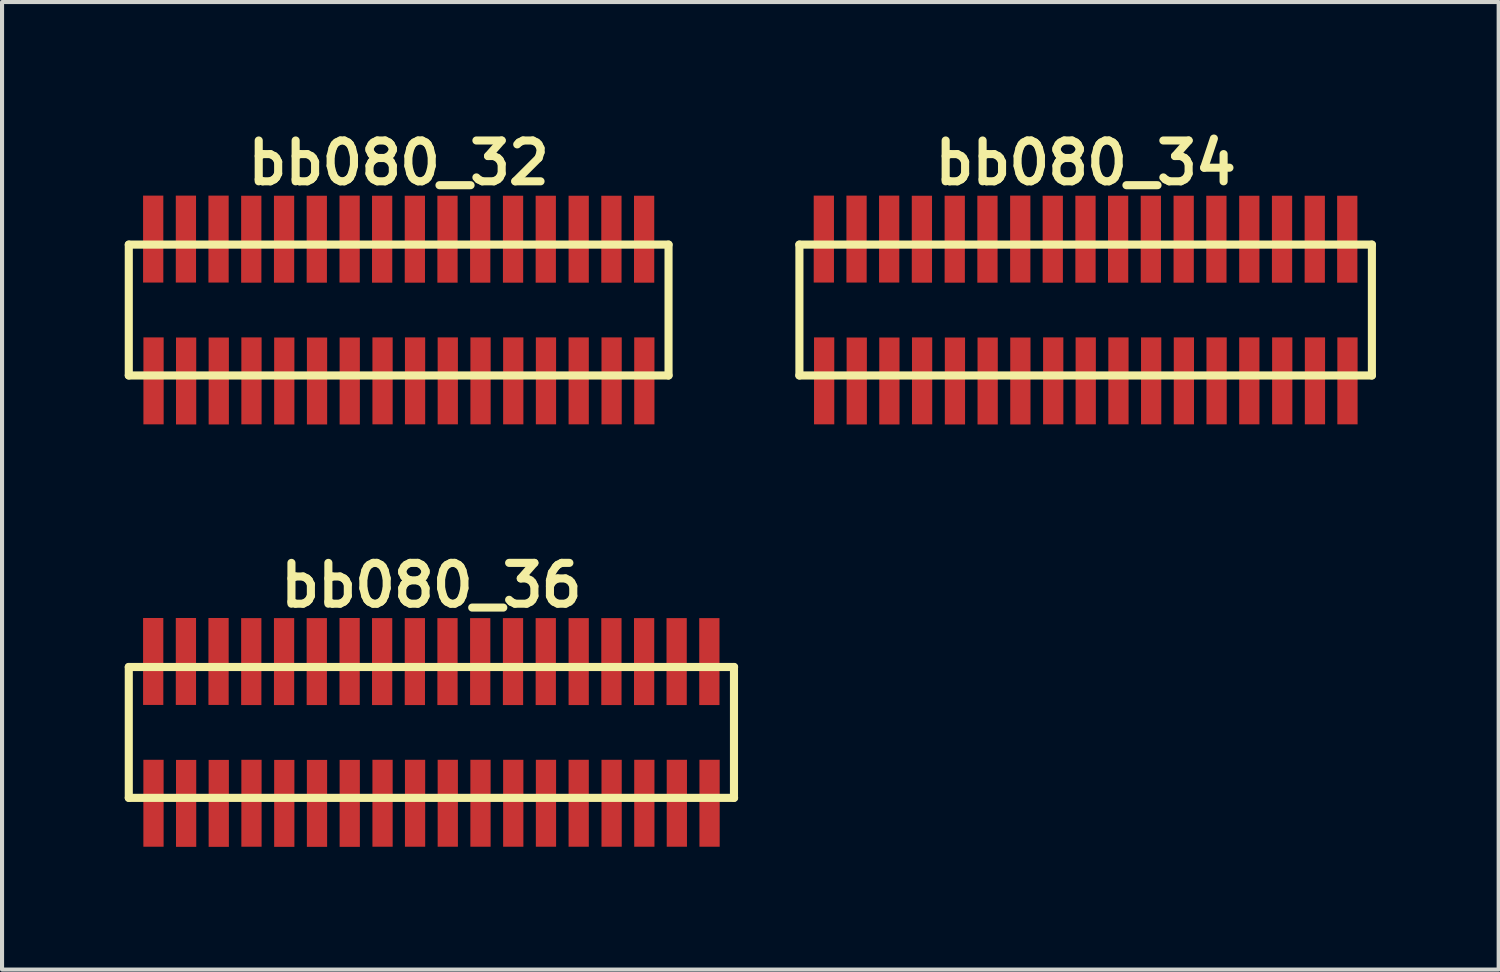
<source format=kicad_pcb>
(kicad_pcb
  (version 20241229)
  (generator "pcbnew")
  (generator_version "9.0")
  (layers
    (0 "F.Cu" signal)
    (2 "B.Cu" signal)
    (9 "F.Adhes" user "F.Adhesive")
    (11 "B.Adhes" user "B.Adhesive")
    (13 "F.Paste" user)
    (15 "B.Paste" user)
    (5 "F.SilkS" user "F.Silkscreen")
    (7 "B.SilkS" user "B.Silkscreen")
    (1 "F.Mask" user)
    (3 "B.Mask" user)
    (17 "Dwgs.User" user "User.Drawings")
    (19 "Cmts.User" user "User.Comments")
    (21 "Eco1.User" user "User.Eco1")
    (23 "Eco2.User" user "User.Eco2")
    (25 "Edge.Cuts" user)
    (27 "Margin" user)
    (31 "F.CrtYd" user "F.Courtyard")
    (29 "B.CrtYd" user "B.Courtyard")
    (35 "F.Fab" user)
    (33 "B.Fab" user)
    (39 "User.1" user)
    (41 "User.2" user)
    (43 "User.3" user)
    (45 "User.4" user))
  (footprint "bb080_36"
    (layer "F.Cu")
    (at 7.498 14.859)
    (property "Reference" "bb080_36" (at 0 -3.599 0) (layer "F.SilkS") (effects (font (size 0.998 0.998) (thickness 0.198))))
    (attr smd)
    (fp_line (start -7.399 -1.6) (end -7.399 1.6) (stroke (width 0.198) (type solid)) (layer "F.SilkS"))
    (fp_line (start -7.399 1.6) (end 7.402 1.6) (stroke (width 0.198) (type solid)) (layer "F.SilkS"))
    (fp_line (start 7.399 1.6) (end 7.399 -1.6) (stroke (width 0.198) (type solid)) (layer "F.SilkS"))
    (fp_line (start 7.402 -1.6) (end -7.399 -1.6) (stroke (width 0.198) (type solid)) (layer "F.SilkS"))
    (pad "1" smd rect (at -6.795 1.732) (size 0.495 2.126) (layers "F.Cu" "F.Mask" "F.Paste"))
    (pad "2" smd rect (at -6.802 -1.735) (size 0.495 2.126) (layers "F.Cu" "F.Mask" "F.Paste"))
    (pad "3" smd rect (at -5.997 1.735) (size 0.495 2.126) (layers "F.Cu" "F.Mask" "F.Paste"))
    (pad "4" smd rect (at -6.002 -1.735) (size 0.495 2.126) (layers "F.Cu" "F.Mask" "F.Paste"))
    (pad "5" smd rect (at -5.199 1.735) (size 0.495 2.126) (layers "F.Cu" "F.Mask" "F.Paste"))
    (pad "6" smd rect (at -5.204 -1.735) (size 0.495 2.126) (layers "F.Cu" "F.Mask" "F.Paste"))
    (pad "7" smd rect (at -4.399 1.732) (size 0.495 2.126) (layers "F.Cu" "F.Mask" "F.Paste"))
    (pad "8" smd rect (at -4.404 -1.732) (size 0.495 2.126) (layers "F.Cu" "F.Mask" "F.Paste"))
    (pad "9" smd rect (at -3.597 1.735) (size 0.495 2.126) (layers "F.Cu" "F.Mask" "F.Paste"))
    (pad "10" smd rect (at -3.602 -1.732) (size 0.495 2.126) (layers "F.Cu" "F.Mask" "F.Paste"))
    (pad "11" smd rect (at -2.797 1.735) (size 0.495 2.126) (layers "F.Cu" "F.Mask" "F.Paste"))
    (pad "12" smd rect (at -2.802 -1.732) (size 0.495 2.126) (layers "F.Cu" "F.Mask" "F.Paste"))
    (pad "13" smd rect (at -1.996 1.735) (size 0.495 2.126) (layers "F.Cu" "F.Mask" "F.Paste"))
    (pad "14" smd rect (at -1.999 -1.735) (size 0.495 2.126) (layers "F.Cu" "F.Mask" "F.Paste"))
    (pad "15" smd rect (at -1.194 1.732) (size 0.495 2.126) (layers "F.Cu" "F.Mask" "F.Paste"))
    (pad "16" smd rect (at -1.204 -1.732) (size 0.495 2.126) (layers "F.Cu" "F.Mask" "F.Paste"))
    (pad "17" smd rect (at -0.399 1.732) (size 0.495 2.126) (layers "F.Cu" "F.Mask" "F.Paste"))
    (pad "18" smd rect (at -0.404 -1.732) (size 0.495 2.126) (layers "F.Cu" "F.Mask" "F.Paste"))
    (pad "19" smd rect (at 0.401 1.732) (size 0.495 2.126) (layers "F.Cu" "F.Mask" "F.Paste"))
    (pad "20" smd rect (at 0.394 -1.732) (size 0.495 2.126) (layers "F.Cu" "F.Mask" "F.Paste"))
    (pad "21" smd rect (at 1.201 1.732) (size 0.495 2.126) (layers "F.Cu" "F.Mask" "F.Paste"))
    (pad "22" smd rect (at 1.194 -1.732) (size 0.495 2.126) (layers "F.Cu" "F.Mask" "F.Paste"))
    (pad "23" smd rect (at 2.002 1.732) (size 0.495 2.126) (layers "F.Cu" "F.Mask" "F.Paste"))
    (pad "24" smd rect (at 1.996 -1.732) (size 0.495 2.126) (layers "F.Cu" "F.Mask" "F.Paste"))
    (pad "25" smd rect (at 2.802 1.732) (size 0.495 2.126) (layers "F.Cu" "F.Mask" "F.Paste"))
    (pad "26" smd rect (at 2.797 -1.732) (size 0.495 2.126) (layers "F.Cu" "F.Mask" "F.Paste"))
    (pad "27" smd rect (at 3.602 1.732) (size 0.495 2.126) (layers "F.Cu" "F.Mask" "F.Paste"))
    (pad "28" smd rect (at 3.602 -1.732) (size 0.495 2.126) (layers "F.Cu" "F.Mask" "F.Paste"))
    (pad "29" smd rect (at 4.407 1.732) (size 0.495 2.126) (layers "F.Cu" "F.Mask" "F.Paste"))
    (pad "30" smd rect (at 4.402 -1.732) (size 0.495 2.126) (layers "F.Cu" "F.Mask" "F.Paste"))
    (pad "31" smd rect (at 5.207 1.732) (size 0.495 2.126) (layers "F.Cu" "F.Mask" "F.Paste"))
    (pad "32" smd rect (at 5.202 -1.732) (size 0.495 2.126) (layers "F.Cu" "F.Mask" "F.Paste"))
    (pad "33" smd rect (at 6.002 1.732) (size 0.495 2.126) (layers "F.Cu" "F.Mask" "F.Paste"))
    (pad "34" smd rect (at 5.997 -1.732) (size 0.495 2.126) (layers "F.Cu" "F.Mask" "F.Paste"))
    (pad "35" smd rect (at 6.802 1.732) (size 0.495 2.126) (layers "F.Cu" "F.Mask" "F.Paste"))
    (pad "36" smd rect (at 6.797 -1.732) (size 0.495 2.126) (layers "F.Cu" "F.Mask" "F.Paste")))
  (footprint "bb080_32"
    (layer "F.Cu")
    (at 6.698 4.531)
    (property "Reference" "bb080_32" (at 0 -3.599 0) (layer "F.SilkS") (effects (font (size 0.998 0.998) (thickness 0.198))))
    (attr smd)
    (fp_line (start -6.599 -1.6) (end -6.599 1.6) (stroke (width 0.198) (type solid)) (layer "F.SilkS"))
    (fp_line (start -6.599 1.6) (end 6.599 1.6) (stroke (width 0.198) (type solid)) (layer "F.SilkS"))
    (fp_line (start 6.599 -1.6) (end -6.599 -1.6) (stroke (width 0.198) (type solid)) (layer "F.SilkS"))
    (fp_line (start 6.599 1.6) (end 6.599 -1.6) (stroke (width 0.198) (type solid)) (layer "F.SilkS"))
    (pad "1" smd rect (at -5.994 1.732) (size 0.495 2.126) (layers "F.Cu" "F.Mask" "F.Paste"))
    (pad "2" smd rect (at -6.002 -1.735) (size 0.495 2.126) (layers "F.Cu" "F.Mask" "F.Paste"))
    (pad "3" smd rect (at -5.197 1.735) (size 0.495 2.126) (layers "F.Cu" "F.Mask" "F.Paste"))
    (pad "4" smd rect (at -5.202 -1.735) (size 0.495 2.126) (layers "F.Cu" "F.Mask" "F.Paste"))
    (pad "5" smd rect (at -4.399 1.735) (size 0.495 2.126) (layers "F.Cu" "F.Mask" "F.Paste"))
    (pad "6" smd rect (at -4.404 -1.735) (size 0.495 2.126) (layers "F.Cu" "F.Mask" "F.Paste"))
    (pad "7" smd rect (at -3.599 1.732) (size 0.495 2.126) (layers "F.Cu" "F.Mask" "F.Paste"))
    (pad "8" smd rect (at -3.604 -1.732) (size 0.495 2.126) (layers "F.Cu" "F.Mask" "F.Paste"))
    (pad "9" smd rect (at -2.797 1.735) (size 0.495 2.126) (layers "F.Cu" "F.Mask" "F.Paste"))
    (pad "10" smd rect (at -2.802 -1.732) (size 0.495 2.126) (layers "F.Cu" "F.Mask" "F.Paste"))
    (pad "11" smd rect (at -1.996 1.735) (size 0.495 2.126) (layers "F.Cu" "F.Mask" "F.Paste"))
    (pad "12" smd rect (at -2.002 -1.732) (size 0.495 2.126) (layers "F.Cu" "F.Mask" "F.Paste"))
    (pad "13" smd rect (at -1.196 1.735) (size 0.495 2.126) (layers "F.Cu" "F.Mask" "F.Paste"))
    (pad "14" smd rect (at -1.199 -1.735) (size 0.495 2.126) (layers "F.Cu" "F.Mask" "F.Paste"))
    (pad "15" smd rect (at -0.394 1.732) (size 0.495 2.126) (layers "F.Cu" "F.Mask" "F.Paste"))
    (pad "16" smd rect (at -0.404 -1.732) (size 0.495 2.126) (layers "F.Cu" "F.Mask" "F.Paste"))
    (pad "17" smd rect (at 0.401 1.732) (size 0.495 2.126) (layers "F.Cu" "F.Mask" "F.Paste"))
    (pad "18" smd rect (at 0.396 -1.732) (size 0.495 2.126) (layers "F.Cu" "F.Mask" "F.Paste"))
    (pad "19" smd rect (at 1.201 1.732) (size 0.495 2.126) (layers "F.Cu" "F.Mask" "F.Paste"))
    (pad "20" smd rect (at 1.194 -1.732) (size 0.495 2.126) (layers "F.Cu" "F.Mask" "F.Paste"))
    (pad "21" smd rect (at 2.002 1.732) (size 0.495 2.126) (layers "F.Cu" "F.Mask" "F.Paste"))
    (pad "22" smd rect (at 1.994 -1.732) (size 0.495 2.126) (layers "F.Cu" "F.Mask" "F.Paste"))
    (pad "23" smd rect (at 2.802 1.732) (size 0.495 2.126) (layers "F.Cu" "F.Mask" "F.Paste"))
    (pad "24" smd rect (at 2.797 -1.732) (size 0.495 2.126) (layers "F.Cu" "F.Mask" "F.Paste"))
    (pad "25" smd rect (at 3.602 1.732) (size 0.495 2.126) (layers "F.Cu" "F.Mask" "F.Paste"))
    (pad "26" smd rect (at 3.597 -1.732) (size 0.495 2.126) (layers "F.Cu" "F.Mask" "F.Paste"))
    (pad "27" smd rect (at 4.402 1.732) (size 0.495 2.126) (layers "F.Cu" "F.Mask" "F.Paste"))
    (pad "28" smd rect (at 4.402 -1.732) (size 0.495 2.126) (layers "F.Cu" "F.Mask" "F.Paste"))
    (pad "29" smd rect (at 5.207 1.732) (size 0.495 2.126) (layers "F.Cu" "F.Mask" "F.Paste"))
    (pad "30" smd rect (at 5.202 -1.732) (size 0.495 2.126) (layers "F.Cu" "F.Mask" "F.Paste"))
    (pad "31" smd rect (at 6.007 1.732) (size 0.495 2.126) (layers "F.Cu" "F.Mask" "F.Paste"))
    (pad "32" smd rect (at 6.002 -1.732) (size 0.495 2.126) (layers "F.Cu" "F.Mask" "F.Paste")))
  (footprint "bb080_34"
    (layer "F.Cu")
    (at 23.495 4.531)
    (property "Reference" "bb080_34" (at 0 -3.599 0) (layer "F.SilkS") (effects (font (size 0.998 0.998) (thickness 0.198))))
    (attr smd)
    (fp_line (start -7 1.6) (end 7 1.6) (stroke (width 0.198) (type solid)) (layer "F.SilkS"))
    (fp_line (start -6.998 -1.6) (end -6.998 1.6) (stroke (width 0.198) (type solid)) (layer "F.SilkS"))
    (fp_line (start 7 -1.6) (end -7 -1.6) (stroke (width 0.198) (type solid)) (layer "F.SilkS"))
    (fp_line (start 7 1.6) (end 7 -1.6) (stroke (width 0.198) (type solid)) (layer "F.SilkS"))
    (pad "1" smd rect (at -6.393 1.732) (size 0.495 2.126) (layers "F.Cu" "F.Mask" "F.Paste"))
    (pad "2" smd rect (at -6.401 -1.735) (size 0.495 2.126) (layers "F.Cu" "F.Mask" "F.Paste"))
    (pad "3" smd rect (at -5.596 1.735) (size 0.495 2.126) (layers "F.Cu" "F.Mask" "F.Paste"))
    (pad "4" smd rect (at -5.601 -1.735) (size 0.495 2.126) (layers "F.Cu" "F.Mask" "F.Paste"))
    (pad "5" smd rect (at -4.798 1.735) (size 0.495 2.126) (layers "F.Cu" "F.Mask" "F.Paste"))
    (pad "6" smd rect (at -4.803 -1.735) (size 0.495 2.126) (layers "F.Cu" "F.Mask" "F.Paste"))
    (pad "7" smd rect (at -3.998 1.732) (size 0.495 2.126) (layers "F.Cu" "F.Mask" "F.Paste"))
    (pad "8" smd rect (at -4.003 -1.732) (size 0.495 2.126) (layers "F.Cu" "F.Mask" "F.Paste"))
    (pad "9" smd rect (at -3.195 1.735) (size 0.495 2.126) (layers "F.Cu" "F.Mask" "F.Paste"))
    (pad "10" smd rect (at -3.2 -1.732) (size 0.495 2.126) (layers "F.Cu" "F.Mask" "F.Paste"))
    (pad "11" smd rect (at -2.395 1.735) (size 0.495 2.126) (layers "F.Cu" "F.Mask" "F.Paste"))
    (pad "12" smd rect (at -2.4 -1.732) (size 0.495 2.126) (layers "F.Cu" "F.Mask" "F.Paste"))
    (pad "13" smd rect (at -1.595 1.735) (size 0.495 2.126) (layers "F.Cu" "F.Mask" "F.Paste"))
    (pad "14" smd rect (at -1.598 -1.735) (size 0.495 2.126) (layers "F.Cu" "F.Mask" "F.Paste"))
    (pad "15" smd rect (at -0.792 1.732) (size 0.495 2.126) (layers "F.Cu" "F.Mask" "F.Paste"))
    (pad "16" smd rect (at -0.803 -1.732) (size 0.495 2.126) (layers "F.Cu" "F.Mask" "F.Paste"))
    (pad "17" smd rect (at 0.003 1.732) (size 0.495 2.126) (layers "F.Cu" "F.Mask" "F.Paste"))
    (pad "18" smd rect (at -0.003 -1.732) (size 0.495 2.126) (layers "F.Cu" "F.Mask" "F.Paste"))
    (pad "19" smd rect (at 0.803 1.732) (size 0.495 2.126) (layers "F.Cu" "F.Mask" "F.Paste"))
    (pad "20" smd rect (at 0.795 -1.732) (size 0.495 2.126) (layers "F.Cu" "F.Mask" "F.Paste"))
    (pad "21" smd rect (at 1.603 1.732) (size 0.495 2.126) (layers "F.Cu" "F.Mask" "F.Paste"))
    (pad "22" smd rect (at 1.595 -1.732) (size 0.495 2.126) (layers "F.Cu" "F.Mask" "F.Paste"))
    (pad "23" smd rect (at 2.403 1.732) (size 0.495 2.126) (layers "F.Cu" "F.Mask" "F.Paste"))
    (pad "24" smd rect (at 2.398 -1.732) (size 0.495 2.126) (layers "F.Cu" "F.Mask" "F.Paste"))
    (pad "25" smd rect (at 3.203 1.732) (size 0.495 2.126) (layers "F.Cu" "F.Mask" "F.Paste"))
    (pad "26" smd rect (at 3.198 -1.732) (size 0.495 2.126) (layers "F.Cu" "F.Mask" "F.Paste"))
    (pad "27" smd rect (at 4.003 1.732) (size 0.495 2.126) (layers "F.Cu" "F.Mask" "F.Paste"))
    (pad "28" smd rect (at 4.003 -1.732) (size 0.495 2.126) (layers "F.Cu" "F.Mask" "F.Paste"))
    (pad "29" smd rect (at 4.808 1.732) (size 0.495 2.126) (layers "F.Cu" "F.Mask" "F.Paste"))
    (pad "30" smd rect (at 4.803 -1.732) (size 0.495 2.126) (layers "F.Cu" "F.Mask" "F.Paste"))
    (pad "31" smd rect (at 5.608 1.732) (size 0.495 2.126) (layers "F.Cu" "F.Mask" "F.Paste"))
    (pad "32" smd rect (at 5.603 -1.732) (size 0.495 2.126) (layers "F.Cu" "F.Mask" "F.Paste"))
    (pad "33" smd rect (at 6.403 1.732) (size 0.495 2.126) (layers "F.Cu" "F.Mask" "F.Paste"))
    (pad "34" smd rect (at 6.398 -1.732) (size 0.495 2.126) (layers "F.Cu" "F.Mask" "F.Paste")))
  (gr_rect
    (start -3 -3)
    (end 33.595 20.657)
    (stroke (width 0.1) (type default))
    (fill no)
    (layer "Edge.Cuts")))
</source>
